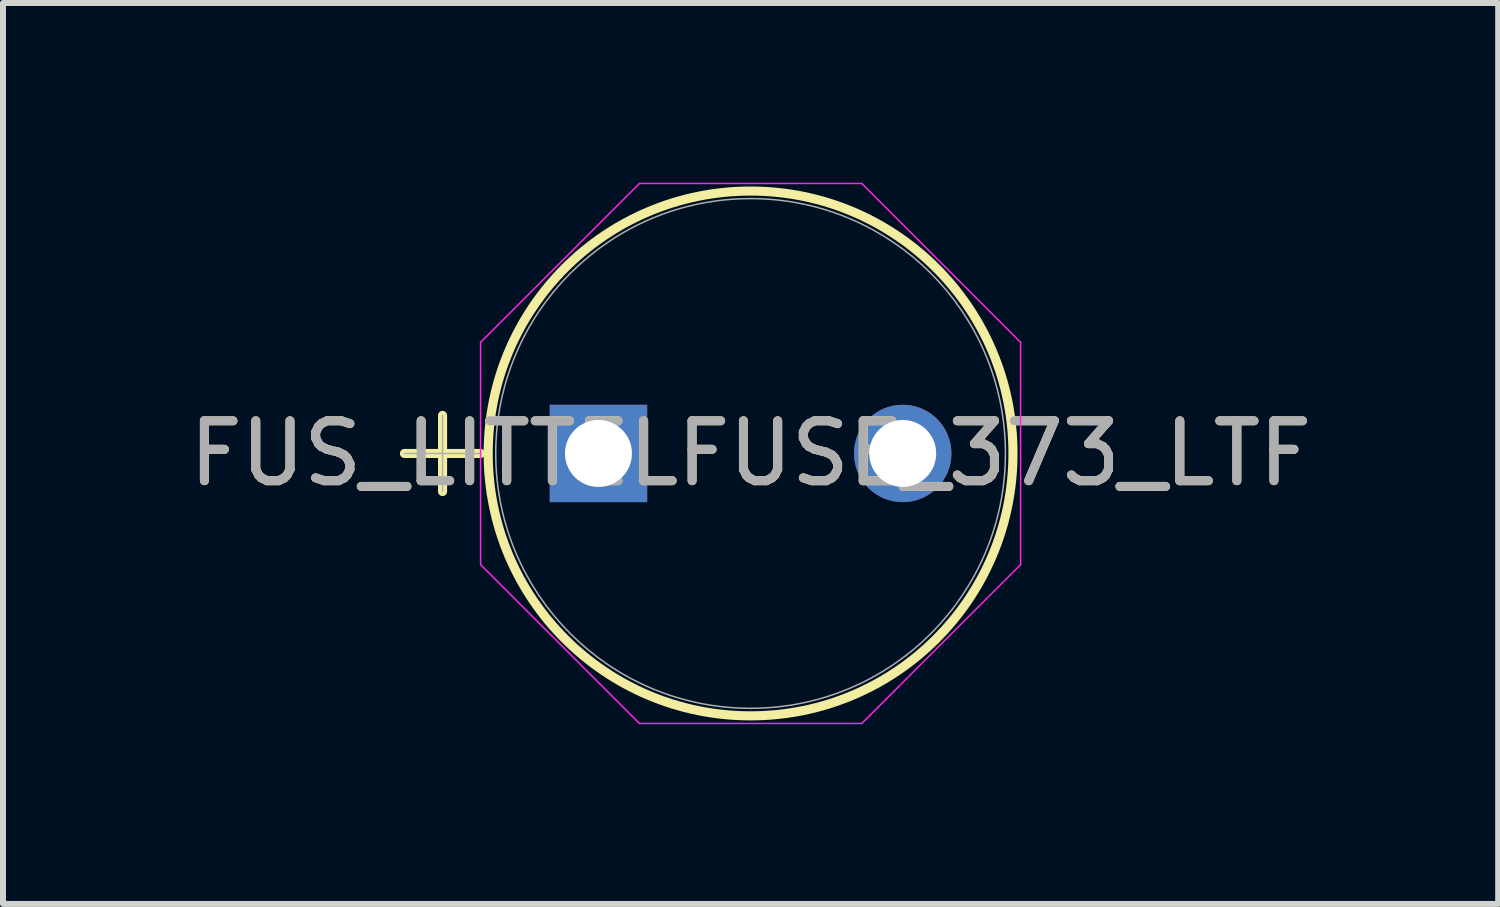
<source format=kicad_pcb>
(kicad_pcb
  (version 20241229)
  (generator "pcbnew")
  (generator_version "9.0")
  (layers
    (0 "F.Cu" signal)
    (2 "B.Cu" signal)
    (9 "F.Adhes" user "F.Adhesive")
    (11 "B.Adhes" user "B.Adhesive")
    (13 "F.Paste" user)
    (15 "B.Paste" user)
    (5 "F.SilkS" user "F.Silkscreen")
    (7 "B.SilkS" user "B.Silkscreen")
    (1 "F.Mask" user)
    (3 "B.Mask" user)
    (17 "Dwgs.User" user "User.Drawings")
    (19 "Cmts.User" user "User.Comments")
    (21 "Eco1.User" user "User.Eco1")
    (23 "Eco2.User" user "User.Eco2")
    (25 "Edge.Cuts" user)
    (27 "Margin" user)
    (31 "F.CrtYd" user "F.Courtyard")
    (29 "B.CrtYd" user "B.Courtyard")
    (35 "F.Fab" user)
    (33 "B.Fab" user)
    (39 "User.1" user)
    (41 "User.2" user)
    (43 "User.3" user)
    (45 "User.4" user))
  (footprint "FUS_LITTELFUSE_373_LTF"
    (layer "F.Cu")
    (at 6.942 4.521)
    (property "Reference" "FUS_LITTELFUSE_373_LTF" (at 2.54 0 0) (unlocked yes) (layer "F.SilkS") (effects (font (size 1 1) (thickness 0.15))))
    (attr through_hole)
    (fp_line (start -3.239 0) (end -1.968 0) (stroke (width 0.152) (type solid)) (layer "F.SilkS"))
    (fp_line (start -2.603 -0.635) (end -2.603 0.635) (stroke (width 0.152) (type solid)) (layer "F.SilkS"))
    (fp_circle (center 2.54 0) (end 6.921 0) (stroke (width 0.152) (type solid)) (fill no) (layer "F.SilkS"))
    (fp_line (start -1.968 -1.856) (end 0.684 -4.508) (stroke (width 0.025) (type solid)) (layer "F.CrtYd"))
    (fp_line (start -1.968 1.856) (end -1.968 -1.856) (stroke (width 0.025) (type solid)) (layer "F.CrtYd"))
    (fp_line (start 0.684 -4.508) (end 4.396 -4.508) (stroke (width 0.025) (type solid)) (layer "F.CrtYd"))
    (fp_line (start 0.684 4.508) (end -1.968 1.856) (stroke (width 0.025) (type solid)) (layer "F.CrtYd"))
    (fp_line (start 4.396 -4.508) (end 7.048 -1.856) (stroke (width 0.025) (type solid)) (layer "F.CrtYd"))
    (fp_line (start 4.396 4.508) (end 0.684 4.508) (stroke (width 0.025) (type solid)) (layer "F.CrtYd"))
    (fp_line (start 7.048 -1.856) (end 7.048 1.856) (stroke (width 0.025) (type solid)) (layer "F.CrtYd"))
    (fp_line (start 7.048 1.856) (end 4.396 4.508) (stroke (width 0.025) (type solid)) (layer "F.CrtYd"))
    (fp_line (start -3.239 0) (end -1.968 0) (stroke (width 0.025) (type solid)) (layer "F.Fab"))
    (fp_line (start -2.603 -0.635) (end -2.603 0.635) (stroke (width 0.025) (type solid)) (layer "F.Fab"))
    (fp_circle (center 2.54 0) (end 6.795 0) (stroke (width 0.025) (type solid)) (fill no) (layer "F.Fab"))
    (fp_text user "${REFERENCE}" (at 2.54 0 0) (unlocked yes) (layer "F.Fab") (effects (font (size 1 1) (thickness 0.15))))
    (pad "1" thru_hole rect (at 0 0) (size 1.626 1.626) (drill 1.118) (layers "*.Cu" "*.Mask"))
    (pad "2" thru_hole circle (at 5.08 0) (size 1.626 1.626) (drill 1.118) (layers "*.Cu" "*.Mask")))
  (gr_rect
    (start -3 -3)
    (end 21.964 12.042)
    (stroke (width 0.1) (type default))
    (fill no)
    (layer "Edge.Cuts")))
</source>
